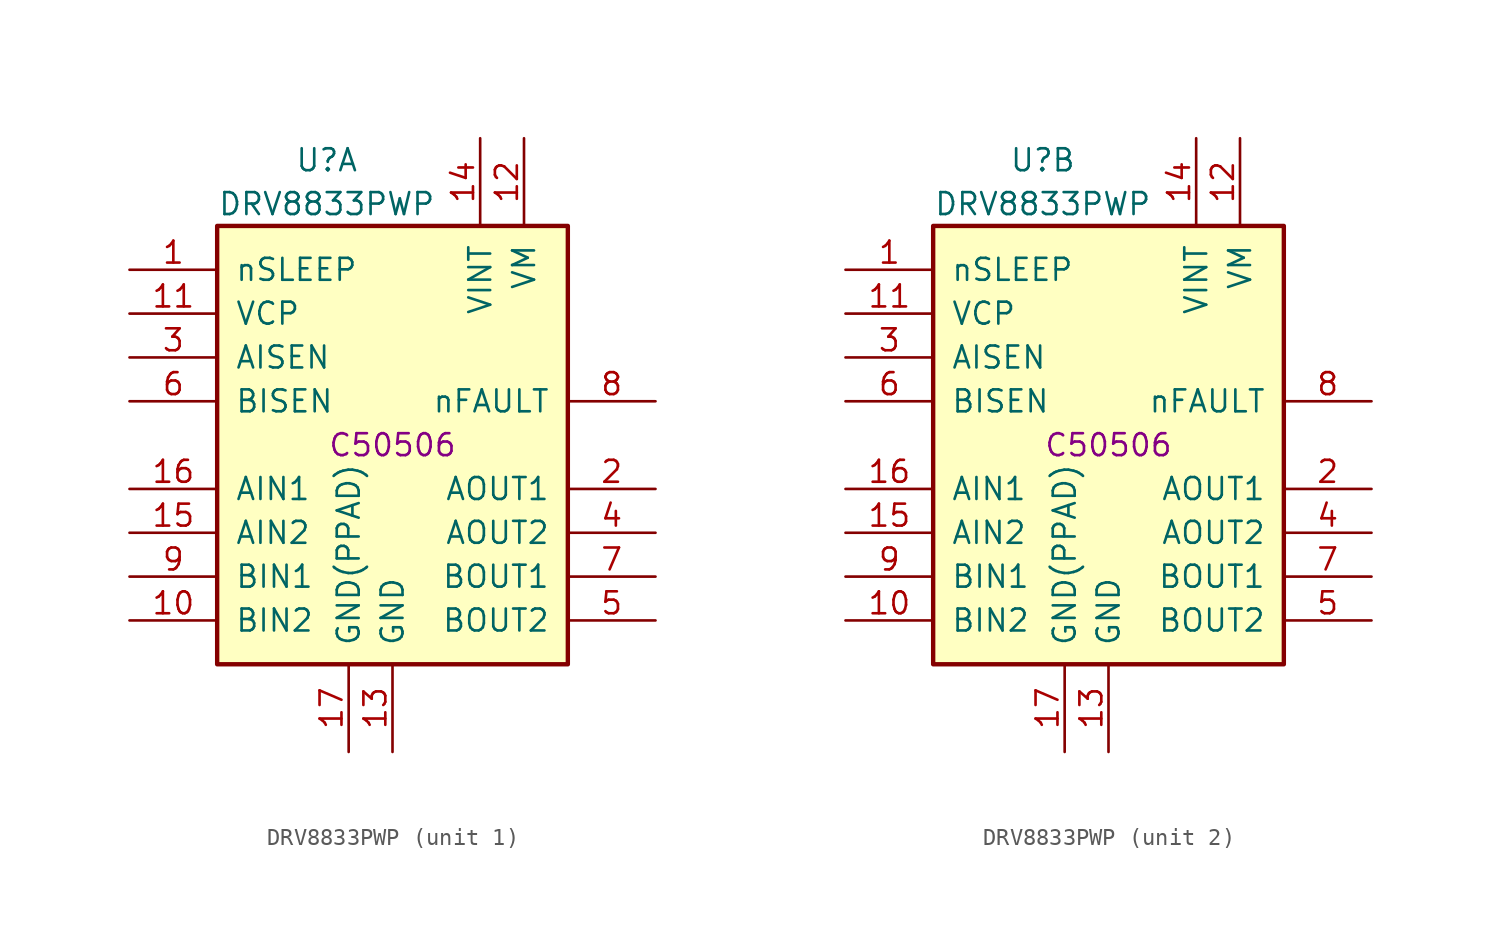
<source format=kicad_sym>
(kicad_symbol_lib
  (version 20220914)
  (generator kicad_symbol_editor)
  (symbol "DRV8833PWP"
    (pin_names
      (offset 1.016))
    (property "Reference" "U"
      (at -3.81 16.51 0)
      (effects (font (size 1.27 1.27))))
    (property "Value" "DRV8833PWP"
      (at -3.81 13.97 0)
      (effects (font (size 1.27 1.27))))
    (property "LCSC" "C50506"
      (at 0 0 0)
      (effects (font (size 1.27 1.27))))
    (symbol "DRV8833PWP_1_1"
      (rectangle (start -10.16 12.7) (end 10.16 -12.7) (stroke (width 0.254) (type default)) (fill (type background)))
      (pin input line (at -15.24 10.16 0) (length 5.08) (name "nSLEEP" (effects (font (size 1.27 1.27)))) (number "1" (effects (font (size 1.27 1.27)))))
      (pin input line (at -15.24 -10.16 0) (length 5.08) (name "BIN2" (effects (font (size 1.27 1.27)))) (number "10" (effects (font (size 1.27 1.27)))))
      (pin bidirectional line (at -15.24 7.62 0) (length 5.08) (name "VCP" (effects (font (size 1.27 1.27)))) (number "11" (effects (font (size 1.27 1.27)))))
      (pin power_in line (at 7.62 17.78 270) (length 5.08) (name "VM" (effects (font (size 1.27 1.27)))) (number "12" (effects (font (size 1.27 1.27)))))
      (pin power_in line (at 0 -17.78 90) (length 5.08) (name "GND" (effects (font (size 1.27 1.27)))) (number "13" (effects (font (size 1.27 1.27)))))
      (pin power_in line (at 5.08 17.78 270) (length 5.08) (name "VINT" (effects (font (size 1.27 1.27)))) (number "14" (effects (font (size 1.27 1.27)))))
      (pin input line (at -15.24 -5.08 0) (length 5.08) (name "AIN2" (effects (font (size 1.27 1.27)))) (number "15" (effects (font (size 1.27 1.27)))))
      (pin input line (at -15.24 -2.54 0) (length 5.08) (name "AIN1" (effects (font (size 1.27 1.27)))) (number "16" (effects (font (size 1.27 1.27)))))
      (pin power_in line (at -2.54 -17.78 90) (length 5.08) (name "GND(PPAD)" (effects (font (size 1.27 1.27)))) (number "17" (effects (font (size 1.27 1.27)))))
      (pin power_out line (at 15.24 -2.54 180) (length 5.08) (name "AOUT1" (effects (font (size 1.27 1.27)))) (number "2" (effects (font (size 1.27 1.27)))))
      (pin bidirectional line (at -15.24 5.08 0) (length 5.08) (name "AISEN" (effects (font (size 1.27 1.27)))) (number "3" (effects (font (size 1.27 1.27)))))
      (pin power_out line (at 15.24 -5.08 180) (length 5.08) (name "AOUT2" (effects (font (size 1.27 1.27)))) (number "4" (effects (font (size 1.27 1.27)))))
      (pin power_out line (at 15.24 -10.16 180) (length 5.08) (name "BOUT2" (effects (font (size 1.27 1.27)))) (number "5" (effects (font (size 1.27 1.27)))))
      (pin bidirectional line (at -15.24 2.54 0) (length 5.08) (name "BISEN" (effects (font (size 1.27 1.27)))) (number "6" (effects (font (size 1.27 1.27)))))
      (pin power_out line (at 15.24 -7.62 180) (length 5.08) (name "BOUT1" (effects (font (size 1.27 1.27)))) (number "7" (effects (font (size 1.27 1.27)))))
      (pin open_collector line (at 15.24 2.54 180) (length 5.08) (name "nFAULT" (effects (font (size 1.27 1.27)))) (number "8" (effects (font (size 1.27 1.27)))))
      (pin input line (at -15.24 -7.62 0) (length 5.08) (name "BIN1" (effects (font (size 1.27 1.27)))) (number "9" (effects (font (size 1.27 1.27))))))
    (symbol "DRV8833PWP_2_1"
      (rectangle (start -10.16 12.7) (end 10.16 -12.7) (stroke (width 0.254) (type default)) (fill (type background)))
      (pin input line (at -15.24 10.16 0) (length 5.08) (name "nSLEEP" (effects (font (size 1.27 1.27)))) (number "1" (effects (font (size 1.27 1.27)))))
      (pin input line (at -15.24 -10.16 0) (length 5.08) (name "BIN2" (effects (font (size 1.27 1.27)))) (number "10" (effects (font (size 1.27 1.27)))))
      (pin bidirectional line (at -15.24 7.62 0) (length 5.08) (name "VCP" (effects (font (size 1.27 1.27)))) (number "11" (effects (font (size 1.27 1.27)))))
      (pin power_in line (at 7.62 17.78 270) (length 5.08) (name "VM" (effects (font (size 1.27 1.27)))) (number "12" (effects (font (size 1.27 1.27)))))
      (pin power_in line (at 0 -17.78 90) (length 5.08) (name "GND" (effects (font (size 1.27 1.27)))) (number "13" (effects (font (size 1.27 1.27)))))
      (pin power_in line (at 5.08 17.78 270) (length 5.08) (name "VINT" (effects (font (size 1.27 1.27)))) (number "14" (effects (font (size 1.27 1.27)))))
      (pin input line (at -15.24 -5.08 0) (length 5.08) (name "AIN2" (effects (font (size 1.27 1.27)))) (number "15" (effects (font (size 1.27 1.27)))))
      (pin input line (at -15.24 -2.54 0) (length 5.08) (name "AIN1" (effects (font (size 1.27 1.27)))) (number "16" (effects (font (size 1.27 1.27)))))
      (pin power_in line (at -2.54 -17.78 90) (length 5.08) (name "GND(PPAD)" (effects (font (size 1.27 1.27)))) (number "17" (effects (font (size 1.27 1.27)))))
      (pin power_out line (at 15.24 -2.54 180) (length 5.08) (name "AOUT1" (effects (font (size 1.27 1.27)))) (number "2" (effects (font (size 1.27 1.27)))))
      (pin bidirectional line (at -15.24 5.08 0) (length 5.08) (name "AISEN" (effects (font (size 1.27 1.27)))) (number "3" (effects (font (size 1.27 1.27)))))
      (pin power_out line (at 15.24 -5.08 180) (length 5.08) (name "AOUT2" (effects (font (size 1.27 1.27)))) (number "4" (effects (font (size 1.27 1.27)))))
      (pin power_out line (at 15.24 -10.16 180) (length 5.08) (name "BOUT2" (effects (font (size 1.27 1.27)))) (number "5" (effects (font (size 1.27 1.27)))))
      (pin bidirectional line (at -15.24 2.54 0) (length 5.08) (name "BISEN" (effects (font (size 1.27 1.27)))) (number "6" (effects (font (size 1.27 1.27)))))
      (pin power_out line (at 15.24 -7.62 180) (length 5.08) (name "BOUT1" (effects (font (size 1.27 1.27)))) (number "7" (effects (font (size 1.27 1.27)))))
      (pin open_collector line (at 15.24 2.54 180) (length 5.08) (name "nFAULT" (effects (font (size 1.27 1.27)))) (number "8" (effects (font (size 1.27 1.27)))))
      (pin input line (at -15.24 -7.62 0) (length 5.08) (name "BIN1" (effects (font (size 1.27 1.27)))) (number "9" (effects (font (size 1.27 1.27))))))))
</source>
